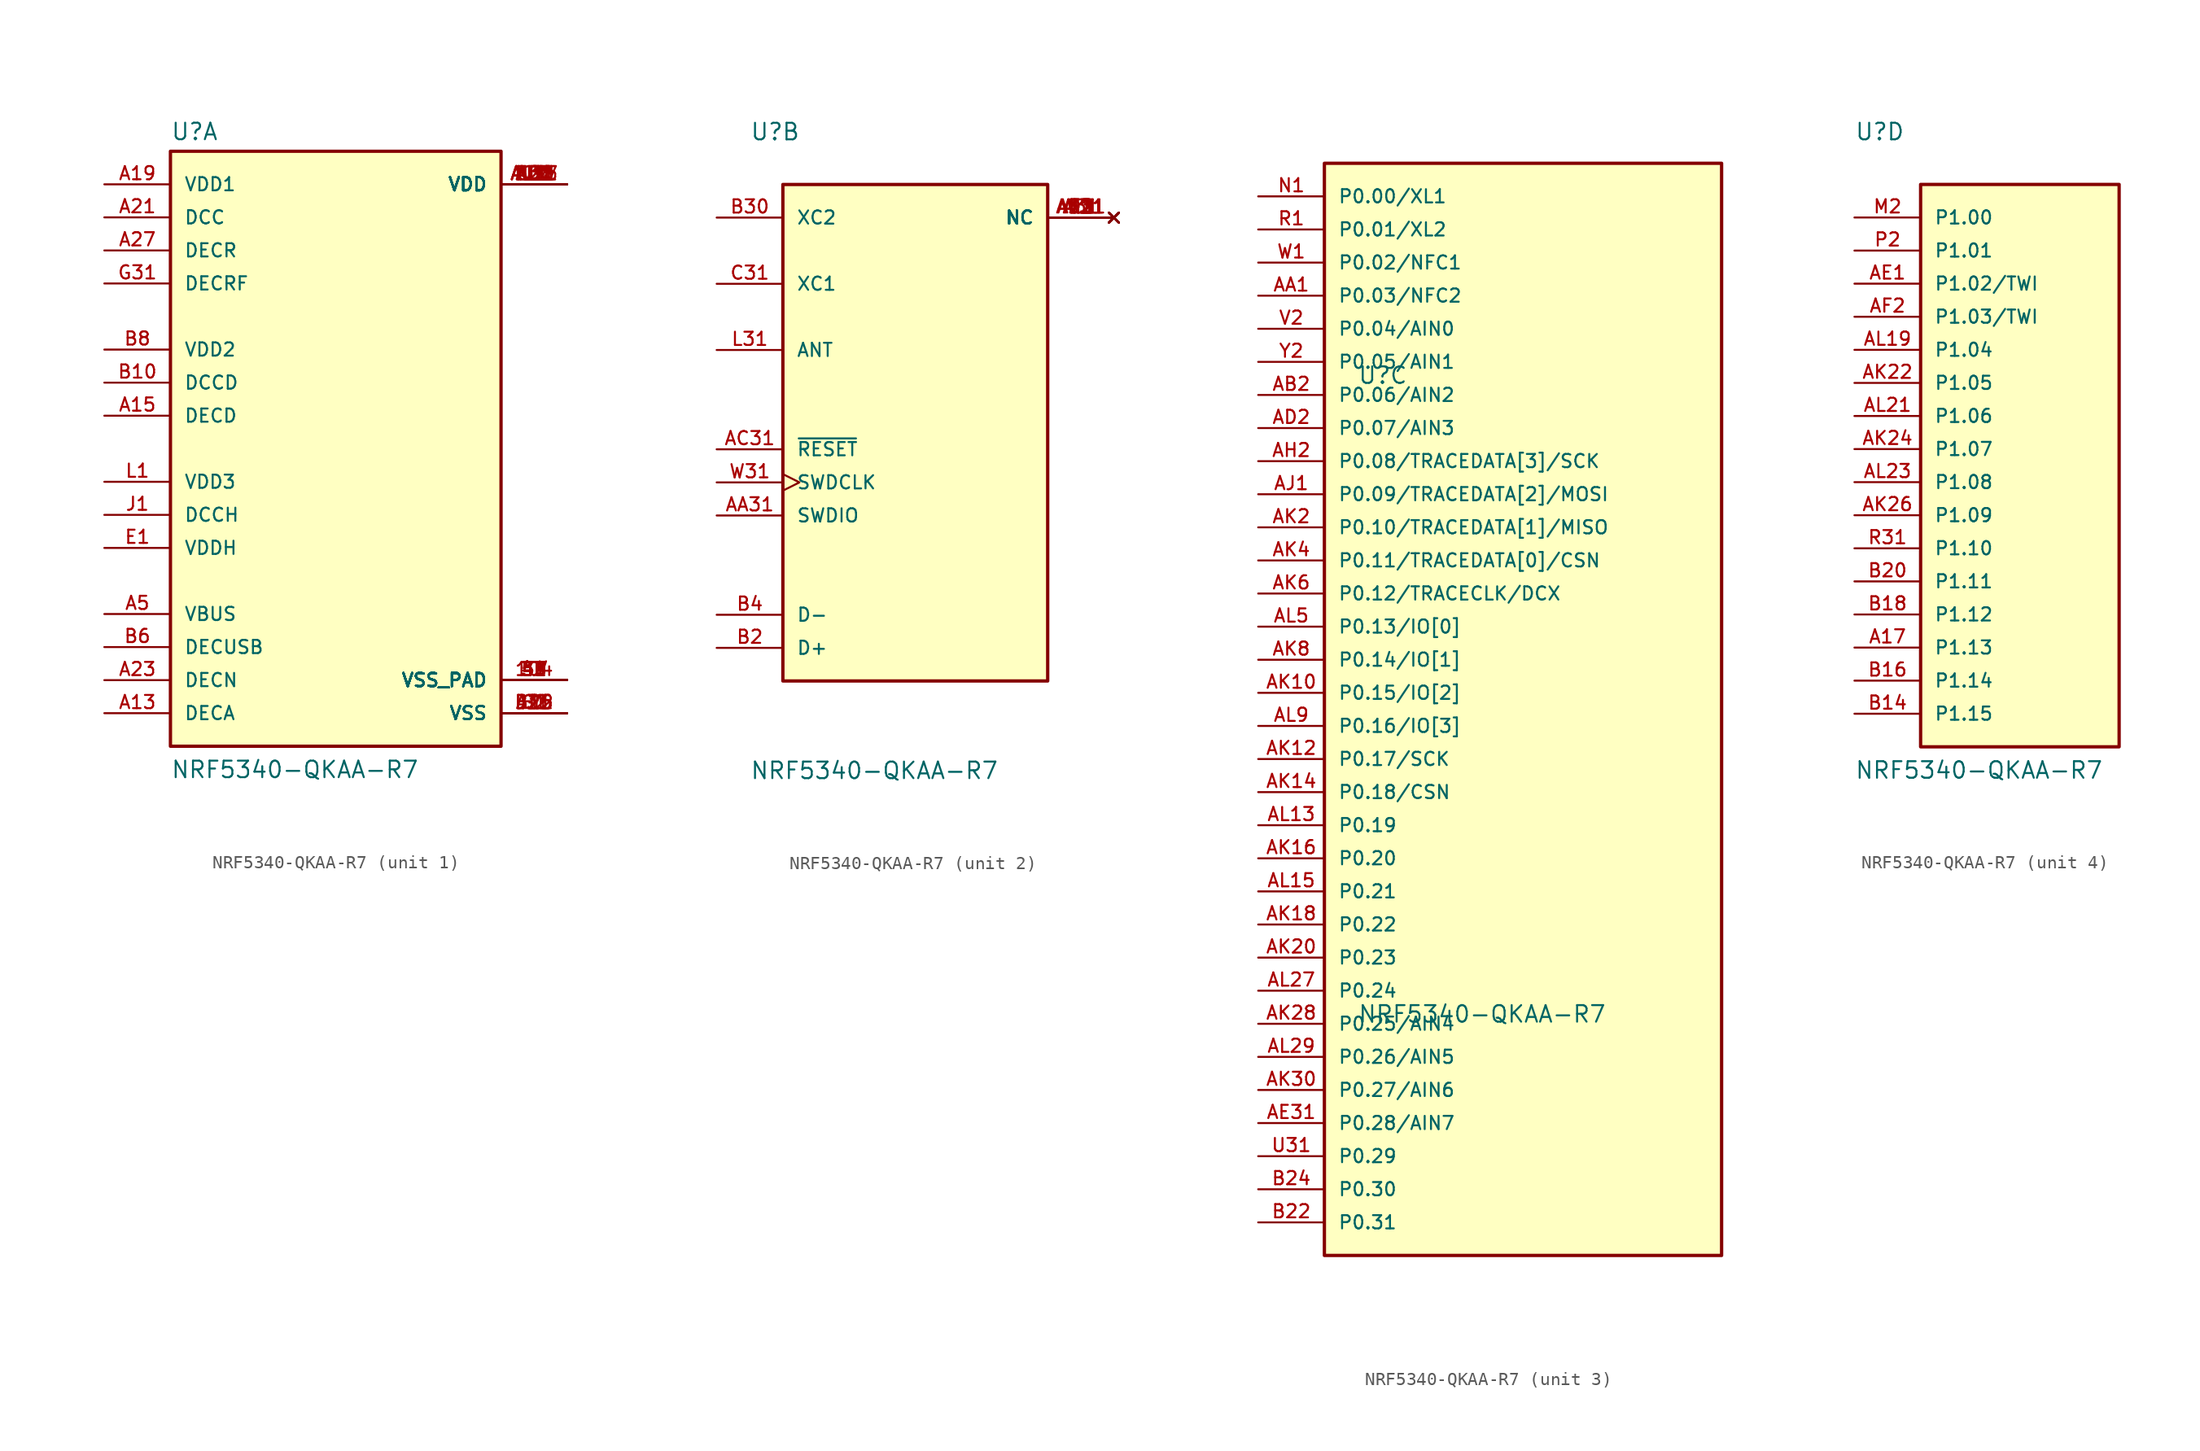
<source format=kicad_sym>
(kicad_symbol_lib
  (version 20211014)
  (generator kicad_symbol_editor)
  (symbol "NRF5340-QKAA-R7"
    (pin_names
      (offset 1.016))
    (property "Reference" "U"
      (at -12.7 23.622 0)
      (effects (font (size 1.27 1.27)) (justify bottom left)))
    (property "Value" "NRF5340-QKAA-R7"
      (at -12.7 -25.4 0)
      (effects (font (size 1.27 1.27)) (justify bottom left)))
    (symbol "NRF5340-QKAA-R7_1_0"
      (rectangle (start -12.7 -22.86) (end 12.7 22.86) (stroke (width 0.254)) (fill (type background)))
      (pin power_in line (at -17.78 20.32 0) (length 5.08) (name "VDD1" (effects (font (size 1.016 1.016)))) (number "A19" (effects (font (size 1.016 1.016)))))
      (pin power_in line (at -17.78 17.78 0) (length 5.08) (name "DCC" (effects (font (size 1.016 1.016)))) (number "A21" (effects (font (size 1.016 1.016)))))
      (pin power_in line (at -17.78 15.24 0) (length 5.08) (name "DECR" (effects (font (size 1.016 1.016)))) (number "A27" (effects (font (size 1.016 1.016)))))
      (pin power_in line (at -17.78 12.7 0) (length 5.08) (name "DECRF" (effects (font (size 1.016 1.016)))) (number "G31" (effects (font (size 1.016 1.016)))))
      (pin power_in line (at -17.78 7.62 0) (length 5.08) (name "VDD2" (effects (font (size 1.016 1.016)))) (number "B8" (effects (font (size 1.016 1.016)))))
      (pin power_in line (at -17.78 5.08 0) (length 5.08) (name "DCCD" (effects (font (size 1.016 1.016)))) (number "B10" (effects (font (size 1.016 1.016)))))
      (pin power_in line (at -17.78 2.54 0) (length 5.08) (name "DECD" (effects (font (size 1.016 1.016)))) (number "A15" (effects (font (size 1.016 1.016)))))
      (pin power_in line (at -17.78 -2.54 0) (length 5.08) (name "VDD3" (effects (font (size 1.016 1.016)))) (number "L1" (effects (font (size 1.016 1.016)))))
      (pin power_in line (at -17.78 -5.08 0) (length 5.08) (name "DCCH" (effects (font (size 1.016 1.016)))) (number "J1" (effects (font (size 1.016 1.016)))))
      (pin power_in line (at -17.78 -7.62 0) (length 5.08) (name "VDDH" (effects (font (size 1.016 1.016)))) (number "E1" (effects (font (size 1.016 1.016)))))
      (pin power_in line (at -17.78 -12.7 0) (length 5.08) (name "VBUS" (effects (font (size 1.016 1.016)))) (number "A5" (effects (font (size 1.016 1.016)))))
      (pin power_in line (at -17.78 -15.24 0) (length 5.08) (name "DECUSB" (effects (font (size 1.016 1.016)))) (number "B6" (effects (font (size 1.016 1.016)))))
      (pin power_in line (at -17.78 -17.78 0) (length 5.08) (name "DECN" (effects (font (size 1.016 1.016)))) (number "A23" (effects (font (size 1.016 1.016)))))
      (pin power_in line (at -17.78 -20.32 0) (length 5.08) (name "DECA" (effects (font (size 1.016 1.016)))) (number "A13" (effects (font (size 1.016 1.016)))))
      (pin power_in line (at 17.78 20.32 180.0) (length 5.08) (name "VDD" (effects (font (size 1.016 1.016)))) (number "AC1" (effects (font (size 1.016 1.016)))))
      (pin power_in line (at 17.78 20.32 180.0) (length 5.08) (name "VDD" (effects (font (size 1.016 1.016)))) (number "AG1" (effects (font (size 1.016 1.016)))))
      (pin power_in line (at 17.78 20.32 180.0) (length 5.08) (name "VDD" (effects (font (size 1.016 1.016)))) (number "AJ31" (effects (font (size 1.016 1.016)))))
      (pin power_in line (at 17.78 20.32 180.0) (length 5.08) (name "VDD" (effects (font (size 1.016 1.016)))) (number "AL3" (effects (font (size 1.016 1.016)))))
      (pin power_in line (at 17.78 20.32 180.0) (length 5.08) (name "VDD" (effects (font (size 1.016 1.016)))) (number "AL7" (effects (font (size 1.016 1.016)))))
      (pin power_in line (at 17.78 20.32 180.0) (length 5.08) (name "VDD" (effects (font (size 1.016 1.016)))) (number "AL11" (effects (font (size 1.016 1.016)))))
      (pin power_in line (at 17.78 20.32 180.0) (length 5.08) (name "VDD" (effects (font (size 1.016 1.016)))) (number "AL17" (effects (font (size 1.016 1.016)))))
      (pin power_in line (at 17.78 20.32 180.0) (length 5.08) (name "VDD" (effects (font (size 1.016 1.016)))) (number "AL25" (effects (font (size 1.016 1.016)))))
      (pin power_in line (at 17.78 20.32 180.0) (length 5.08) (name "VDD" (effects (font (size 1.016 1.016)))) (number "B28" (effects (font (size 1.016 1.016)))))
      (pin power_in line (at 17.78 20.32 180.0) (length 5.08) (name "VDD" (effects (font (size 1.016 1.016)))) (number "C1" (effects (font (size 1.016 1.016)))))
      (pin power_in line (at 17.78 20.32 180.0) (length 5.08) (name "VDD" (effects (font (size 1.016 1.016)))) (number "E31" (effects (font (size 1.016 1.016)))))
      (pin power_in line (at 17.78 20.32 180.0) (length 5.08) (name "VDD" (effects (font (size 1.016 1.016)))) (number "N31" (effects (font (size 1.016 1.016)))))
      (pin power_in line (at 17.78 20.32 180.0) (length 5.08) (name "VDD" (effects (font (size 1.016 1.016)))) (number "U1" (effects (font (size 1.016 1.016)))))
      (pin power_in line (at 17.78 -20.32 180.0) (length 5.08) (name "VSS" (effects (font (size 1.016 1.016)))) (number "A25" (effects (font (size 1.016 1.016)))))
      (pin power_in line (at 17.78 -20.32 180.0) (length 5.08) (name "VSS" (effects (font (size 1.016 1.016)))) (number "B12" (effects (font (size 1.016 1.016)))))
      (pin power_in line (at 17.78 -20.32 180.0) (length 5.08) (name "VSS" (effects (font (size 1.016 1.016)))) (number "B26" (effects (font (size 1.016 1.016)))))
      (pin power_in line (at 17.78 -20.32 180.0) (length 5.08) (name "VSS" (effects (font (size 1.016 1.016)))) (number "G1" (effects (font (size 1.016 1.016)))))
      (pin power_in line (at 17.78 -20.32 180.0) (length 5.08) (name "VSS" (effects (font (size 1.016 1.016)))) (number "H2" (effects (font (size 1.016 1.016)))))
      (pin power_in line (at 17.78 -20.32 180.0) (length 5.08) (name "VSS" (effects (font (size 1.016 1.016)))) (number "J31" (effects (font (size 1.016 1.016)))))
      (pin power_in line (at 17.78 -17.78 180.0) (length 5.08) (name "VSS_PAD" (effects (font (size 1.016 1.016)))) (number "35" (effects (font (size 1.016 1.016)))))
      (pin power_in line (at 17.78 -17.78 180.0) (length 5.08) (name "VSS_PAD" (effects (font (size 1.016 1.016)))) (number "36" (effects (font (size 1.016 1.016)))))
      (pin power_in line (at 17.78 -17.78 180.0) (length 5.08) (name "VSS_PAD" (effects (font (size 1.016 1.016)))) (number "37" (effects (font (size 1.016 1.016)))))
      (pin power_in line (at 17.78 -17.78 180.0) (length 5.08) (name "VSS_PAD" (effects (font (size 1.016 1.016)))) (number "38" (effects (font (size 1.016 1.016)))))
      (pin power_in line (at 17.78 -17.78 180.0) (length 5.08) (name "VSS_PAD" (effects (font (size 1.016 1.016)))) (number "39" (effects (font (size 1.016 1.016)))))
      (pin power_in line (at 17.78 -17.78 180.0) (length 5.08) (name "VSS_PAD" (effects (font (size 1.016 1.016)))) (number "40" (effects (font (size 1.016 1.016)))))
      (pin power_in line (at 17.78 -17.78 180.0) (length 5.08) (name "VSS_PAD" (effects (font (size 1.016 1.016)))) (number "41" (effects (font (size 1.016 1.016)))))
      (pin power_in line (at 17.78 -17.78 180.0) (length 5.08) (name "VSS_PAD" (effects (font (size 1.016 1.016)))) (number "43" (effects (font (size 1.016 1.016)))))
      (pin power_in line (at 17.78 -17.78 180.0) (length 5.08) (name "VSS_PAD" (effects (font (size 1.016 1.016)))) (number "44" (effects (font (size 1.016 1.016)))))
      (pin power_in line (at 17.78 -17.78 180.0) (length 5.08) (name "VSS_PAD" (effects (font (size 1.016 1.016)))) (number "45" (effects (font (size 1.016 1.016)))))
      (pin power_in line (at 17.78 -17.78 180.0) (length 5.08) (name "VSS_PAD" (effects (font (size 1.016 1.016)))) (number "46" (effects (font (size 1.016 1.016)))))
      (pin power_in line (at 17.78 -17.78 180.0) (length 5.08) (name "VSS_PAD" (effects (font (size 1.016 1.016)))) (number "47" (effects (font (size 1.016 1.016)))))
      (pin power_in line (at 17.78 -17.78 180.0) (length 5.08) (name "VSS_PAD" (effects (font (size 1.016 1.016)))) (number "48" (effects (font (size 1.016 1.016)))))
      (pin power_in line (at 17.78 -17.78 180.0) (length 5.08) (name "VSS_PAD" (effects (font (size 1.016 1.016)))) (number "49" (effects (font (size 1.016 1.016)))))
      (pin power_in line (at 17.78 -17.78 180.0) (length 5.08) (name "VSS_PAD" (effects (font (size 1.016 1.016)))) (number "50" (effects (font (size 1.016 1.016)))))
      (pin power_in line (at 17.78 -17.78 180.0) (length 5.08) (name "VSS_PAD" (effects (font (size 1.016 1.016)))) (number "51" (effects (font (size 1.016 1.016)))))
      (pin power_in line (at 17.78 -17.78 180.0) (length 5.08) (name "VSS_PAD" (effects (font (size 1.016 1.016)))) (number "104" (effects (font (size 1.016 1.016))))))
    (symbol "NRF5340-QKAA-R7_2_0"
      (rectangle (start -10.16 -17.78) (end 10.16 20.32) (stroke (width 0.254)) (fill (type background)))
      (pin output line (at -15.24 17.78 0) (length 5.08) (name "XC2" (effects (font (size 1.016 1.016)))) (number "B30" (effects (font (size 1.016 1.016)))))
      (pin input line (at -15.24 12.7 0) (length 5.08) (name "XC1" (effects (font (size 1.016 1.016)))) (number "C31" (effects (font (size 1.016 1.016)))))
      (pin bidirectional line (at -15.24 7.62 0) (length 5.08) (name "ANT" (effects (font (size 1.016 1.016)))) (number "L31" (effects (font (size 1.016 1.016)))))
      (pin input line (at -15.24 0.0 0) (length 5.08) (name "~{RESET}" (effects (font (size 1.016 1.016)))) (number "AC31" (effects (font (size 1.016 1.016)))))
      (pin input clock (at -15.24 -2.54 0) (length 5.08) (name "SWDCLK" (effects (font (size 1.016 1.016)))) (number "W31" (effects (font (size 1.016 1.016)))))
      (pin bidirectional line (at -15.24 -5.08 0) (length 5.08) (name "SWDIO" (effects (font (size 1.016 1.016)))) (number "AA31" (effects (font (size 1.016 1.016)))))
      (pin bidirectional line (at -15.24 -12.7 0) (length 5.08) (name "D-" (effects (font (size 1.016 1.016)))) (number "B4" (effects (font (size 1.016 1.016)))))
      (pin bidirectional line (at -15.24 -15.24 0) (length 5.08) (name "D+" (effects (font (size 1.016 1.016)))) (number "B2" (effects (font (size 1.016 1.016)))))
      (pin no_connect line (at 15.24 17.78 180.0) (length 5.08) (name "NC" (effects (font (size 1.016 1.016)))) (number "A1" (effects (font (size 1.016 1.016)))))
      (pin no_connect line (at 15.24 17.78 180.0) (length 5.08) (name "NC" (effects (font (size 1.016 1.016)))) (number "A31" (effects (font (size 1.016 1.016)))))
      (pin no_connect line (at 15.24 17.78 180.0) (length 5.08) (name "NC" (effects (font (size 1.016 1.016)))) (number "AG31" (effects (font (size 1.016 1.016)))))
      (pin no_connect line (at 15.24 17.78 180.0) (length 5.08) (name "NC" (effects (font (size 1.016 1.016)))) (number "AL1" (effects (font (size 1.016 1.016)))))
      (pin no_connect line (at 15.24 17.78 180.0) (length 5.08) (name "NC" (effects (font (size 1.016 1.016)))) (number "AL31" (effects (font (size 1.016 1.016)))))
      (pin no_connect line (at 15.24 17.78 180.0) (length 5.08) (name "NC" (effects (font (size 1.016 1.016)))) (number "D2" (effects (font (size 1.016 1.016)))))
      (pin no_connect line (at 15.24 17.78 180.0) (length 5.08) (name "NC" (effects (font (size 1.016 1.016)))) (number "F2" (effects (font (size 1.016 1.016)))))
      (pin no_connect line (at 15.24 17.78 180.0) (length 5.08) (name "NC" (effects (font (size 1.016 1.016)))) (number "K2" (effects (font (size 1.016 1.016)))))
      (pin no_connect line (at 15.24 17.78 180.0) (length 5.08) (name "NC" (effects (font (size 1.016 1.016)))) (number "T2" (effects (font (size 1.016 1.016))))))
    (symbol "NRF5340-QKAA-R7_3_0"
      (rectangle (start -15.24 -43.18) (end 15.24 40.64) (stroke (width 0.254)) (fill (type background)))
      (pin bidirectional line (at -20.32 38.1 0) (length 5.08) (name "P0.00/XL1" (effects (font (size 1.016 1.016)))) (number "N1" (effects (font (size 1.016 1.016)))))
      (pin bidirectional line (at -20.32 35.56 0) (length 5.08) (name "P0.01/XL2" (effects (font (size 1.016 1.016)))) (number "R1" (effects (font (size 1.016 1.016)))))
      (pin bidirectional line (at -20.32 33.02 0) (length 5.08) (name "P0.02/NFC1" (effects (font (size 1.016 1.016)))) (number "W1" (effects (font (size 1.016 1.016)))))
      (pin bidirectional line (at -20.32 30.48 0) (length 5.08) (name "P0.03/NFC2" (effects (font (size 1.016 1.016)))) (number "AA1" (effects (font (size 1.016 1.016)))))
      (pin bidirectional line (at -20.32 27.94 0) (length 5.08) (name "P0.04/AIN0" (effects (font (size 1.016 1.016)))) (number "V2" (effects (font (size 1.016 1.016)))))
      (pin bidirectional line (at -20.32 25.4 0) (length 5.08) (name "P0.05/AIN1" (effects (font (size 1.016 1.016)))) (number "Y2" (effects (font (size 1.016 1.016)))))
      (pin bidirectional line (at -20.32 22.86 0) (length 5.08) (name "P0.06/AIN2" (effects (font (size 1.016 1.016)))) (number "AB2" (effects (font (size 1.016 1.016)))))
      (pin bidirectional line (at -20.32 20.32 0) (length 5.08) (name "P0.07/AIN3" (effects (font (size 1.016 1.016)))) (number "AD2" (effects (font (size 1.016 1.016)))))
      (pin bidirectional line (at -20.32 17.78 0) (length 5.08) (name "P0.08/TRACEDATA[3]/SCK" (effects (font (size 1.016 1.016)))) (number "AH2" (effects (font (size 1.016 1.016)))))
      (pin bidirectional line (at -20.32 15.24 0) (length 5.08) (name "P0.09/TRACEDATA[2]/MOSI" (effects (font (size 1.016 1.016)))) (number "AJ1" (effects (font (size 1.016 1.016)))))
      (pin bidirectional line (at -20.32 12.7 0) (length 5.08) (name "P0.10/TRACEDATA[1]/MISO" (effects (font (size 1.016 1.016)))) (number "AK2" (effects (font (size 1.016 1.016)))))
      (pin bidirectional line (at -20.32 10.16 0) (length 5.08) (name "P0.11/TRACEDATA[0]/CSN" (effects (font (size 1.016 1.016)))) (number "AK4" (effects (font (size 1.016 1.016)))))
      (pin bidirectional line (at -20.32 7.62 0) (length 5.08) (name "P0.12/TRACECLK/DCX" (effects (font (size 1.016 1.016)))) (number "AK6" (effects (font (size 1.016 1.016)))))
      (pin bidirectional line (at -20.32 5.08 0) (length 5.08) (name "P0.13/IO[0]" (effects (font (size 1.016 1.016)))) (number "AL5" (effects (font (size 1.016 1.016)))))
      (pin bidirectional line (at -20.32 2.54 0) (length 5.08) (name "P0.14/IO[1]" (effects (font (size 1.016 1.016)))) (number "AK8" (effects (font (size 1.016 1.016)))))
      (pin bidirectional line (at -20.32 0.0 0) (length 5.08) (name "P0.15/IO[2]" (effects (font (size 1.016 1.016)))) (number "AK10" (effects (font (size 1.016 1.016)))))
      (pin bidirectional line (at -20.32 -2.54 0) (length 5.08) (name "P0.16/IO[3]" (effects (font (size 1.016 1.016)))) (number "AL9" (effects (font (size 1.016 1.016)))))
      (pin bidirectional line (at -20.32 -5.08 0) (length 5.08) (name "P0.17/SCK" (effects (font (size 1.016 1.016)))) (number "AK12" (effects (font (size 1.016 1.016)))))
      (pin bidirectional line (at -20.32 -7.62 0) (length 5.08) (name "P0.18/CSN" (effects (font (size 1.016 1.016)))) (number "AK14" (effects (font (size 1.016 1.016)))))
      (pin bidirectional line (at -20.32 -10.16 0) (length 5.08) (name "P0.19" (effects (font (size 1.016 1.016)))) (number "AL13" (effects (font (size 1.016 1.016)))))
      (pin bidirectional line (at -20.32 -12.7 0) (length 5.08) (name "P0.20" (effects (font (size 1.016 1.016)))) (number "AK16" (effects (font (size 1.016 1.016)))))
      (pin bidirectional line (at -20.32 -15.24 0) (length 5.08) (name "P0.21" (effects (font (size 1.016 1.016)))) (number "AL15" (effects (font (size 1.016 1.016)))))
      (pin bidirectional line (at -20.32 -17.78 0) (length 5.08) (name "P0.22" (effects (font (size 1.016 1.016)))) (number "AK18" (effects (font (size 1.016 1.016)))))
      (pin bidirectional line (at -20.32 -20.32 0) (length 5.08) (name "P0.23" (effects (font (size 1.016 1.016)))) (number "AK20" (effects (font (size 1.016 1.016)))))
      (pin bidirectional line (at -20.32 -22.86 0) (length 5.08) (name "P0.24" (effects (font (size 1.016 1.016)))) (number "AL27" (effects (font (size 1.016 1.016)))))
      (pin bidirectional line (at -20.32 -25.4 0) (length 5.08) (name "P0.25/AIN4" (effects (font (size 1.016 1.016)))) (number "AK28" (effects (font (size 1.016 1.016)))))
      (pin bidirectional line (at -20.32 -27.94 0) (length 5.08) (name "P0.26/AIN5" (effects (font (size 1.016 1.016)))) (number "AL29" (effects (font (size 1.016 1.016)))))
      (pin bidirectional line (at -20.32 -30.48 0) (length 5.08) (name "P0.27/AIN6" (effects (font (size 1.016 1.016)))) (number "AK30" (effects (font (size 1.016 1.016)))))
      (pin bidirectional line (at -20.32 -33.02 0) (length 5.08) (name "P0.28/AIN7" (effects (font (size 1.016 1.016)))) (number "AE31" (effects (font (size 1.016 1.016)))))
      (pin bidirectional line (at -20.32 -35.56 0) (length 5.08) (name "P0.29" (effects (font (size 1.016 1.016)))) (number "U31" (effects (font (size 1.016 1.016)))))
      (pin bidirectional line (at -20.32 -38.1 0) (length 5.08) (name "P0.30" (effects (font (size 1.016 1.016)))) (number "B24" (effects (font (size 1.016 1.016)))))
      (pin bidirectional line (at -20.32 -40.64 0) (length 5.08) (name "P0.31" (effects (font (size 1.016 1.016)))) (number "B22" (effects (font (size 1.016 1.016))))))
    (symbol "NRF5340-QKAA-R7_4_0"
      (rectangle (start -7.62 -22.86) (end 7.62 20.32) (stroke (width 0.254)) (fill (type background)))
      (pin bidirectional line (at -12.7 17.78 0) (length 5.08) (name "P1.00" (effects (font (size 1.016 1.016)))) (number "M2" (effects (font (size 1.016 1.016)))))
      (pin bidirectional line (at -12.7 15.24 0) (length 5.08) (name "P1.01" (effects (font (size 1.016 1.016)))) (number "P2" (effects (font (size 1.016 1.016)))))
      (pin bidirectional line (at -12.7 12.7 0) (length 5.08) (name "P1.02/TWI" (effects (font (size 1.016 1.016)))) (number "AE1" (effects (font (size 1.016 1.016)))))
      (pin bidirectional line (at -12.7 10.16 0) (length 5.08) (name "P1.03/TWI" (effects (font (size 1.016 1.016)))) (number "AF2" (effects (font (size 1.016 1.016)))))
      (pin bidirectional line (at -12.7 7.62 0) (length 5.08) (name "P1.04" (effects (font (size 1.016 1.016)))) (number "AL19" (effects (font (size 1.016 1.016)))))
      (pin bidirectional line (at -12.7 5.08 0) (length 5.08) (name "P1.05" (effects (font (size 1.016 1.016)))) (number "AK22" (effects (font (size 1.016 1.016)))))
      (pin bidirectional line (at -12.7 2.54 0) (length 5.08) (name "P1.06" (effects (font (size 1.016 1.016)))) (number "AL21" (effects (font (size 1.016 1.016)))))
      (pin bidirectional line (at -12.7 0.0 0) (length 5.08) (name "P1.07" (effects (font (size 1.016 1.016)))) (number "AK24" (effects (font (size 1.016 1.016)))))
      (pin bidirectional line (at -12.7 -2.54 0) (length 5.08) (name "P1.08" (effects (font (size 1.016 1.016)))) (number "AL23" (effects (font (size 1.016 1.016)))))
      (pin bidirectional line (at -12.7 -5.08 0) (length 5.08) (name "P1.09" (effects (font (size 1.016 1.016)))) (number "AK26" (effects (font (size 1.016 1.016)))))
      (pin bidirectional line (at -12.7 -7.62 0) (length 5.08) (name "P1.10" (effects (font (size 1.016 1.016)))) (number "R31" (effects (font (size 1.016 1.016)))))
      (pin bidirectional line (at -12.7 -10.16 0) (length 5.08) (name "P1.11" (effects (font (size 1.016 1.016)))) (number "B20" (effects (font (size 1.016 1.016)))))
      (pin bidirectional line (at -12.7 -12.7 0) (length 5.08) (name "P1.12" (effects (font (size 1.016 1.016)))) (number "B18" (effects (font (size 1.016 1.016)))))
      (pin bidirectional line (at -12.7 -15.24 0) (length 5.08) (name "P1.13" (effects (font (size 1.016 1.016)))) (number "A17" (effects (font (size 1.016 1.016)))))
      (pin bidirectional line (at -12.7 -17.78 0) (length 5.08) (name "P1.14" (effects (font (size 1.016 1.016)))) (number "B16" (effects (font (size 1.016 1.016)))))
      (pin bidirectional line (at -12.7 -20.32 0) (length 5.08) (name "P1.15" (effects (font (size 1.016 1.016)))) (number "B14" (effects (font (size 1.016 1.016))))))))
</source>
